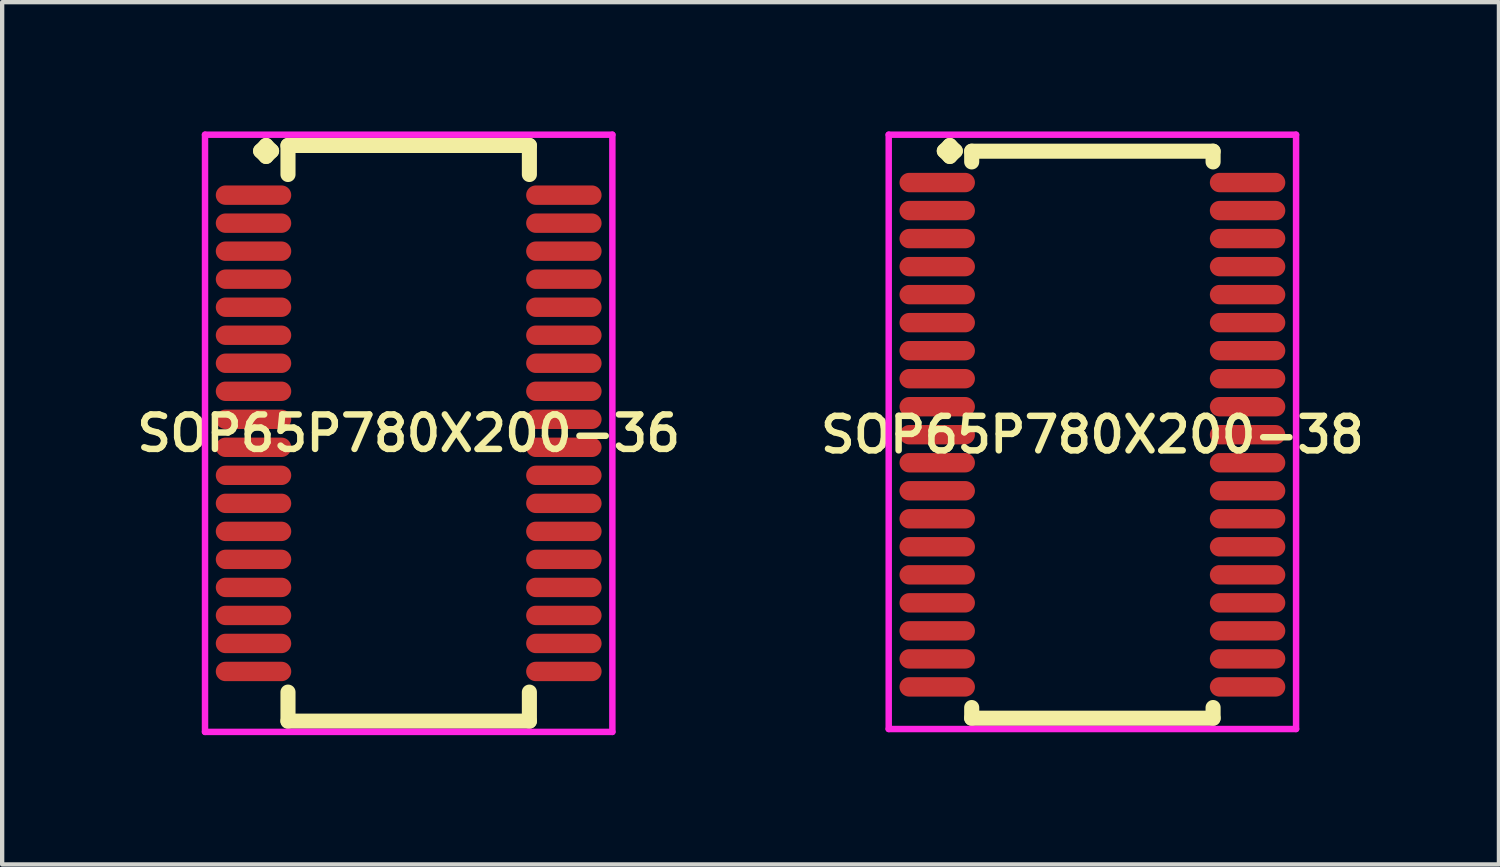
<source format=kicad_pcb>
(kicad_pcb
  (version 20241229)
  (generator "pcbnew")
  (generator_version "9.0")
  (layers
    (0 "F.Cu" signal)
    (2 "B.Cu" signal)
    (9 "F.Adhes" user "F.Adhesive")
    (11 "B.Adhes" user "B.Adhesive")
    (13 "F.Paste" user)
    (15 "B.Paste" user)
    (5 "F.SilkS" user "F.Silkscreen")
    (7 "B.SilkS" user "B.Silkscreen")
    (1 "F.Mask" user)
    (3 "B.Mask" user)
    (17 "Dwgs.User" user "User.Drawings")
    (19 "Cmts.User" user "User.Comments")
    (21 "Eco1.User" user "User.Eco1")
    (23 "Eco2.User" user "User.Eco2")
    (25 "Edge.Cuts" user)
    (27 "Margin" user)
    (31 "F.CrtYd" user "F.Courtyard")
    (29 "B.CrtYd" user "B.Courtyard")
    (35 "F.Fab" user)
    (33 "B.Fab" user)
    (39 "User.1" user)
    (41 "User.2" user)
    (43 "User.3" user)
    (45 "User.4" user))
  (footprint "SOP65P780X200-36"
    (layer "F.Cu")
    (at 6.431 7.002)
    (property "Reference" "SOP65P780X200-36" (at 0 0 0) (layer "F.SilkS") (effects (font (size 0.8 0.8) (thickness 0.15))))
    (attr smd)
    (fp_line (start -3.435 -6.55) (end -3.308 -6.677) (stroke (width 0.35) (type solid)) (layer "F.SilkS"))
    (fp_line (start -3.308 -6.677) (end -3.181 -6.55) (stroke (width 0.35) (type solid)) (layer "F.SilkS"))
    (fp_line (start -3.308 -6.423) (end -3.435 -6.55) (stroke (width 0.35) (type solid)) (layer "F.SilkS"))
    (fp_line (start -3.181 -6.55) (end -3.308 -6.423) (stroke (width 0.35) (type solid)) (layer "F.SilkS"))
    (fp_line (start -2.8 -6.677) (end 2.8 -6.677) (stroke (width 0.35) (type solid)) (layer "F.SilkS"))
    (fp_line (start -2.8 -6.004) (end -2.8 -6.677) (stroke (width 0.35) (type solid)) (layer "F.SilkS"))
    (fp_line (start -2.8 6.004) (end -2.8 6.677) (stroke (width 0.35) (type solid)) (layer "F.SilkS"))
    (fp_line (start -2.8 6.677) (end 2.8 6.677) (stroke (width 0.35) (type solid)) (layer "F.SilkS"))
    (fp_line (start 2.8 -6.677) (end 2.8 -6.004) (stroke (width 0.35) (type solid)) (layer "F.SilkS"))
    (fp_line (start 2.8 6.677) (end 2.8 6.004) (stroke (width 0.35) (type solid)) (layer "F.SilkS"))
    (fp_line (start -4.725 -6.927) (end 4.725 -6.927) (stroke (width 0.15) (type solid)) (layer "F.CrtYd"))
    (fp_line (start -4.725 6.927) (end -4.725 -6.927) (stroke (width 0.15) (type solid)) (layer "F.CrtYd"))
    (fp_line (start 4.725 -6.927) (end 4.725 6.927) (stroke (width 0.15) (type solid)) (layer "F.CrtYd"))
    (fp_line (start 4.725 6.927) (end -4.725 6.927) (stroke (width 0.15) (type solid)) (layer "F.CrtYd"))
    (pad "1" smd oval (at -3.6 -5.525) (size 1.75 0.45) (layers "F.Cu" "F.Mask" "F.Paste"))
    (pad "2" smd oval (at -3.6 -4.875) (size 1.75 0.45) (layers "F.Cu" "F.Mask" "F.Paste"))
    (pad "3" smd oval (at -3.6 -4.225) (size 1.75 0.45) (layers "F.Cu" "F.Mask" "F.Paste"))
    (pad "4" smd oval (at -3.6 -3.575) (size 1.75 0.45) (layers "F.Cu" "F.Mask" "F.Paste"))
    (pad "5" smd oval (at -3.6 -2.925) (size 1.75 0.45) (layers "F.Cu" "F.Mask" "F.Paste"))
    (pad "6" smd oval (at -3.6 -2.275) (size 1.75 0.45) (layers "F.Cu" "F.Mask" "F.Paste"))
    (pad "7" smd oval (at -3.6 -1.625) (size 1.75 0.45) (layers "F.Cu" "F.Mask" "F.Paste"))
    (pad "8" smd oval (at -3.6 -0.975) (size 1.75 0.45) (layers "F.Cu" "F.Mask" "F.Paste"))
    (pad "9" smd oval (at -3.6 -0.325) (size 1.75 0.45) (layers "F.Cu" "F.Mask" "F.Paste"))
    (pad "10" smd oval (at -3.6 0.325) (size 1.75 0.45) (layers "F.Cu" "F.Mask" "F.Paste"))
    (pad "11" smd oval (at -3.6 0.975) (size 1.75 0.45) (layers "F.Cu" "F.Mask" "F.Paste"))
    (pad "12" smd oval (at -3.6 1.625) (size 1.75 0.45) (layers "F.Cu" "F.Mask" "F.Paste"))
    (pad "13" smd oval (at -3.6 2.275) (size 1.75 0.45) (layers "F.Cu" "F.Mask" "F.Paste"))
    (pad "14" smd oval (at -3.6 2.925) (size 1.75 0.45) (layers "F.Cu" "F.Mask" "F.Paste"))
    (pad "15" smd oval (at -3.6 3.575) (size 1.75 0.45) (layers "F.Cu" "F.Mask" "F.Paste"))
    (pad "16" smd oval (at -3.6 4.225) (size 1.75 0.45) (layers "F.Cu" "F.Mask" "F.Paste"))
    (pad "17" smd oval (at -3.6 4.875) (size 1.75 0.45) (layers "F.Cu" "F.Mask" "F.Paste"))
    (pad "18" smd oval (at -3.6 5.525) (size 1.75 0.45) (layers "F.Cu" "F.Mask" "F.Paste"))
    (pad "19" smd oval (at 3.6 5.525) (size 1.75 0.45) (layers "F.Cu" "F.Mask" "F.Paste"))
    (pad "20" smd oval (at 3.6 4.875) (size 1.75 0.45) (layers "F.Cu" "F.Mask" "F.Paste"))
    (pad "21" smd oval (at 3.6 4.225) (size 1.75 0.45) (layers "F.Cu" "F.Mask" "F.Paste"))
    (pad "22" smd oval (at 3.6 3.575) (size 1.75 0.45) (layers "F.Cu" "F.Mask" "F.Paste"))
    (pad "23" smd oval (at 3.6 2.925) (size 1.75 0.45) (layers "F.Cu" "F.Mask" "F.Paste"))
    (pad "24" smd oval (at 3.6 2.275) (size 1.75 0.45) (layers "F.Cu" "F.Mask" "F.Paste"))
    (pad "25" smd oval (at 3.6 1.625) (size 1.75 0.45) (layers "F.Cu" "F.Mask" "F.Paste"))
    (pad "26" smd oval (at 3.6 0.975) (size 1.75 0.45) (layers "F.Cu" "F.Mask" "F.Paste"))
    (pad "27" smd oval (at 3.6 0.325) (size 1.75 0.45) (layers "F.Cu" "F.Mask" "F.Paste"))
    (pad "28" smd oval (at 3.6 -0.325) (size 1.75 0.45) (layers "F.Cu" "F.Mask" "F.Paste"))
    (pad "29" smd oval (at 3.6 -0.975) (size 1.75 0.45) (layers "F.Cu" "F.Mask" "F.Paste"))
    (pad "30" smd oval (at 3.6 -1.625) (size 1.75 0.45) (layers "F.Cu" "F.Mask" "F.Paste"))
    (pad "31" smd oval (at 3.6 -2.275) (size 1.75 0.45) (layers "F.Cu" "F.Mask" "F.Paste"))
    (pad "32" smd oval (at 3.6 -2.925) (size 1.75 0.45) (layers "F.Cu" "F.Mask" "F.Paste"))
    (pad "33" smd oval (at 3.6 -3.575) (size 1.75 0.45) (layers "F.Cu" "F.Mask" "F.Paste"))
    (pad "34" smd oval (at 3.6 -4.225) (size 1.75 0.45) (layers "F.Cu" "F.Mask" "F.Paste"))
    (pad "35" smd oval (at 3.6 -4.875) (size 1.75 0.45) (layers "F.Cu" "F.Mask" "F.Paste"))
    (pad "36" smd oval (at 3.6 -5.525) (size 1.75 0.45) (layers "F.Cu" "F.Mask" "F.Paste")))
  (footprint "SOP65P780X200-38"
    (layer "F.Cu")
    (at 22.292 7.035)
    (property "Reference" "SOP65P780X200-38" (at 0 0 0) (layer "F.SilkS") (effects (font (size 0.8 0.8) (thickness 0.15))))
    (attr smd)
    (fp_line (start -3.435 -6.583) (end -3.308 -6.71) (stroke (width 0.35) (type solid)) (layer "F.SilkS"))
    (fp_line (start -3.308 -6.71) (end -3.181 -6.583) (stroke (width 0.35) (type solid)) (layer "F.SilkS"))
    (fp_line (start -3.308 -6.456) (end -3.435 -6.583) (stroke (width 0.35) (type solid)) (layer "F.SilkS"))
    (fp_line (start -3.181 -6.583) (end -3.308 -6.456) (stroke (width 0.35) (type solid)) (layer "F.SilkS"))
    (fp_line (start -2.8 -6.577) (end 2.8 -6.577) (stroke (width 0.35) (type solid)) (layer "F.SilkS"))
    (fp_line (start -2.8 -6.329) (end -2.8 -6.577) (stroke (width 0.35) (type solid)) (layer "F.SilkS"))
    (fp_line (start -2.8 6.329) (end -2.8 6.577) (stroke (width 0.35) (type solid)) (layer "F.SilkS"))
    (fp_line (start -2.8 6.577) (end 2.8 6.577) (stroke (width 0.35) (type solid)) (layer "F.SilkS"))
    (fp_line (start 2.8 -6.577) (end 2.8 -6.329) (stroke (width 0.35) (type solid)) (layer "F.SilkS"))
    (fp_line (start 2.8 6.577) (end 2.8 6.329) (stroke (width 0.35) (type solid)) (layer "F.SilkS"))
    (fp_line (start -4.725 -6.96) (end 4.725 -6.96) (stroke (width 0.15) (type solid)) (layer "F.CrtYd"))
    (fp_line (start -4.725 6.827) (end -4.725 -6.96) (stroke (width 0.15) (type solid)) (layer "F.CrtYd"))
    (fp_line (start 4.725 -6.96) (end 4.725 6.827) (stroke (width 0.15) (type solid)) (layer "F.CrtYd"))
    (fp_line (start 4.725 6.827) (end -4.725 6.827) (stroke (width 0.15) (type solid)) (layer "F.CrtYd"))
    (pad "1" smd oval (at -3.6 -5.85) (size 1.75 0.45) (layers "F.Cu" "F.Mask" "F.Paste"))
    (pad "2" smd oval (at -3.6 -5.2) (size 1.75 0.45) (layers "F.Cu" "F.Mask" "F.Paste"))
    (pad "3" smd oval (at -3.6 -4.55) (size 1.75 0.45) (layers "F.Cu" "F.Mask" "F.Paste"))
    (pad "4" smd oval (at -3.6 -3.9) (size 1.75 0.45) (layers "F.Cu" "F.Mask" "F.Paste"))
    (pad "5" smd oval (at -3.6 -3.25) (size 1.75 0.45) (layers "F.Cu" "F.Mask" "F.Paste"))
    (pad "6" smd oval (at -3.6 -2.6) (size 1.75 0.45) (layers "F.Cu" "F.Mask" "F.Paste"))
    (pad "7" smd oval (at -3.6 -1.95) (size 1.75 0.45) (layers "F.Cu" "F.Mask" "F.Paste"))
    (pad "8" smd oval (at -3.6 -1.3) (size 1.75 0.45) (layers "F.Cu" "F.Mask" "F.Paste"))
    (pad "9" smd oval (at -3.6 -0.65) (size 1.75 0.45) (layers "F.Cu" "F.Mask" "F.Paste"))
    (pad "10" smd oval (at -3.6 0) (size 1.75 0.45) (layers "F.Cu" "F.Mask" "F.Paste"))
    (pad "11" smd oval (at -3.6 0.65) (size 1.75 0.45) (layers "F.Cu" "F.Mask" "F.Paste"))
    (pad "12" smd oval (at -3.6 1.3) (size 1.75 0.45) (layers "F.Cu" "F.Mask" "F.Paste"))
    (pad "13" smd oval (at -3.6 1.95) (size 1.75 0.45) (layers "F.Cu" "F.Mask" "F.Paste"))
    (pad "14" smd oval (at -3.6 2.6) (size 1.75 0.45) (layers "F.Cu" "F.Mask" "F.Paste"))
    (pad "15" smd oval (at -3.6 3.25) (size 1.75 0.45) (layers "F.Cu" "F.Mask" "F.Paste"))
    (pad "16" smd oval (at -3.6 3.9) (size 1.75 0.45) (layers "F.Cu" "F.Mask" "F.Paste"))
    (pad "17" smd oval (at -3.6 4.55) (size 1.75 0.45) (layers "F.Cu" "F.Mask" "F.Paste"))
    (pad "18" smd oval (at -3.6 5.2) (size 1.75 0.45) (layers "F.Cu" "F.Mask" "F.Paste"))
    (pad "19" smd oval (at -3.6 5.85) (size 1.75 0.45) (layers "F.Cu" "F.Mask" "F.Paste"))
    (pad "20" smd oval (at 3.6 5.85) (size 1.75 0.45) (layers "F.Cu" "F.Mask" "F.Paste"))
    (pad "21" smd oval (at 3.6 5.2) (size 1.75 0.45) (layers "F.Cu" "F.Mask" "F.Paste"))
    (pad "22" smd oval (at 3.6 4.55) (size 1.75 0.45) (layers "F.Cu" "F.Mask" "F.Paste"))
    (pad "23" smd oval (at 3.6 3.9) (size 1.75 0.45) (layers "F.Cu" "F.Mask" "F.Paste"))
    (pad "24" smd oval (at 3.6 3.25) (size 1.75 0.45) (layers "F.Cu" "F.Mask" "F.Paste"))
    (pad "25" smd oval (at 3.6 2.6) (size 1.75 0.45) (layers "F.Cu" "F.Mask" "F.Paste"))
    (pad "26" smd oval (at 3.6 1.95) (size 1.75 0.45) (layers "F.Cu" "F.Mask" "F.Paste"))
    (pad "27" smd oval (at 3.6 1.3) (size 1.75 0.45) (layers "F.Cu" "F.Mask" "F.Paste"))
    (pad "28" smd oval (at 3.6 0.65) (size 1.75 0.45) (layers "F.Cu" "F.Mask" "F.Paste"))
    (pad "29" smd oval (at 3.6 0) (size 1.75 0.45) (layers "F.Cu" "F.Mask" "F.Paste"))
    (pad "30" smd oval (at 3.6 -0.65) (size 1.75 0.45) (layers "F.Cu" "F.Mask" "F.Paste"))
    (pad "31" smd oval (at 3.6 -1.3) (size 1.75 0.45) (layers "F.Cu" "F.Mask" "F.Paste"))
    (pad "32" smd oval (at 3.6 -1.95) (size 1.75 0.45) (layers "F.Cu" "F.Mask" "F.Paste"))
    (pad "33" smd oval (at 3.6 -2.6) (size 1.75 0.45) (layers "F.Cu" "F.Mask" "F.Paste"))
    (pad "34" smd oval (at 3.6 -3.25) (size 1.75 0.45) (layers "F.Cu" "F.Mask" "F.Paste"))
    (pad "35" smd oval (at 3.6 -3.9) (size 1.75 0.45) (layers "F.Cu" "F.Mask" "F.Paste"))
    (pad "36" smd oval (at 3.6 -4.55) (size 1.75 0.45) (layers "F.Cu" "F.Mask" "F.Paste"))
    (pad "37" smd oval (at 3.6 -5.2) (size 1.75 0.45) (layers "F.Cu" "F.Mask" "F.Paste"))
    (pad "38" smd oval (at 3.6 -5.85) (size 1.75 0.45) (layers "F.Cu" "F.Mask" "F.Paste")))
  (gr_rect
    (start -3 -3)
    (end 31.723 17.004)
    (stroke (width 0.1) (type default))
    (fill no)
    (layer "Edge.Cuts")))
</source>
